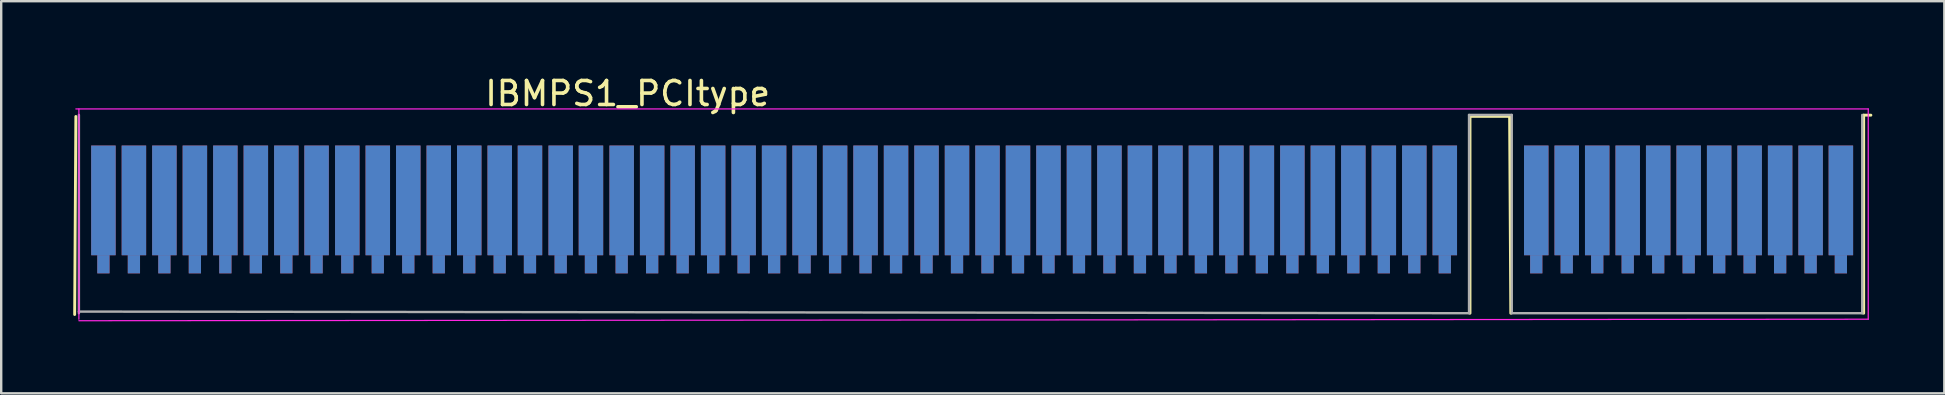
<source format=kicad_pcb>
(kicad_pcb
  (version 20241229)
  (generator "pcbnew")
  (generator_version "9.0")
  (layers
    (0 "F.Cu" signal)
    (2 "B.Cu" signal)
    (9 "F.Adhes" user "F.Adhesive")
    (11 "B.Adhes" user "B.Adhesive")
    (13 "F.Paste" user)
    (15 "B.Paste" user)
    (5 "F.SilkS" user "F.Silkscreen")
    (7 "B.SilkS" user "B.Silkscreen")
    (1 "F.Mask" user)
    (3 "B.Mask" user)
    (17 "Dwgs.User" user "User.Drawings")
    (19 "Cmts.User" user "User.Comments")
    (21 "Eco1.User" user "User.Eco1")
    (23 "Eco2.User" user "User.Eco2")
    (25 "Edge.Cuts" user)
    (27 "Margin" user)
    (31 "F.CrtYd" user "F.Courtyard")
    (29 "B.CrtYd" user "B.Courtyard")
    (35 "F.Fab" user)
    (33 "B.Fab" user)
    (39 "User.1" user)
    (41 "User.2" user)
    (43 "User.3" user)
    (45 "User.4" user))
  (footprint "IBMPS1_PCItype"
    (layer "F.Cu")
    (at 34.908 6.628)
    (property "Reference" "IBMPS1_PCItype" (at -11.81 -5.78 0) (layer "F.SilkS") (effects (font (size 1 1) (thickness 0.15))))
    (attr smd)
    (fp_line (start -34.798 -4.826) (end -34.848 3.424) (stroke (width 0.12) (type solid)) (layer "F.SilkS"))
    (fp_line (start 23.28 -4.83) (end 24.93 -4.83) (stroke (width 0.12) (type solid)) (layer "F.SilkS"))
    (fp_line (start 23.28 3.37) (end 23.28 -4.83) (stroke (width 0.12) (type solid)) (layer "F.SilkS"))
    (fp_line (start 24.93 -4.83) (end 24.98 3.37) (stroke (width 0.12) (type solid)) (layer "F.SilkS"))
    (fp_line (start 39.68 -4.88) (end 39.98 -4.88) (stroke (width 0.12) (type solid)) (layer "F.SilkS"))
    (fp_line (start 39.68 3.37) (end 39.68 -4.88) (stroke (width 0.12) (type solid)) (layer "F.SilkS"))
    (fp_line (start -34.798 -5.14) (end 39.87 -5.14) (stroke (width 0.05) (type solid)) (layer "F.CrtYd"))
    (fp_line (start -34.671 -5.14) (end -34.671 3.62) (stroke (width 0.05) (type solid)) (layer "F.CrtYd"))
    (fp_line (start 39.87 3.62) (end -34.671 3.683) (stroke (width 0.05) (type solid)) (layer "F.CrtYd"))
    (fp_line (start 39.87 3.62) (end 39.87 -5.14) (stroke (width 0.05) (type solid)) (layer "F.CrtYd"))
    (fp_line (start -34.671 -4.89) (end -34.671 3.37) (stroke (width 0.1) (type solid)) (layer "F.Fab"))
    (fp_line (start -34.671 3.302) (end 23.24 3.37) (stroke (width 0.1) (type solid)) (layer "F.Fab"))
    (fp_line (start 23.24 -4.89) (end 25.02 -4.89) (stroke (width 0.1) (type solid)) (layer "F.Fab"))
    (fp_line (start 23.24 3.37) (end 23.24 -4.89) (stroke (width 0.1) (type solid)) (layer "F.Fab"))
    (fp_line (start 25.02 -4.89) (end 25.02 3.37) (stroke (width 0.1) (type solid)) (layer "F.Fab"))
    (fp_line (start 25.02 3.37) (end 39.62 3.37) (stroke (width 0.1) (type solid)) (layer "F.Fab"))
    (fp_line (start 39.62 3.37) (end 39.62 -4.89) (stroke (width 0.1) (type solid)) (layer "F.Fab"))
    (pad "A5" connect rect (at -33.65 -1.33) (size 1.02 4.57) (layers "B.Cu" "B.Mask"))
    (pad "A5" connect rect (at -33.65 1.33) (size 0.51 0.76) (layers "B.Cu" "B.Mask"))
    (pad "A6" connect rect (at -32.38 -1.33) (size 1.02 4.57) (layers "B.Cu" "B.Mask"))
    (pad "A6" connect rect (at -32.38 1.33) (size 0.51 0.76) (layers "B.Cu" "B.Mask"))
    (pad "A7" connect rect (at -31.11 -1.33) (size 1.02 4.57) (layers "B.Cu" "B.Mask"))
    (pad "A7" connect rect (at -31.11 1.33) (size 0.51 0.76) (layers "B.Cu" "B.Mask"))
    (pad "A8" connect rect (at -29.84 -1.33) (size 1.02 4.57) (layers "B.Cu" "B.Mask"))
    (pad "A8" connect rect (at -29.84 1.33) (size 0.51 0.76) (layers "B.Cu" "B.Mask"))
    (pad "A9" connect rect (at -28.57 -1.33) (size 1.02 4.57) (layers "B.Cu" "B.Mask"))
    (pad "A9" connect rect (at -28.57 1.33) (size 0.51 0.76) (layers "B.Cu" "B.Mask"))
    (pad "A10" connect rect (at -27.3 -1.33) (size 1.02 4.57) (layers "B.Cu" "B.Mask"))
    (pad "A10" connect rect (at -27.3 1.33) (size 0.51 0.76) (layers "B.Cu" "B.Mask"))
    (pad "A11" connect rect (at -26.03 -1.33) (size 1.02 4.57) (layers "B.Cu" "B.Mask"))
    (pad "A11" connect rect (at -26.03 1.33) (size 0.51 0.76) (layers "B.Cu" "B.Mask"))
    (pad "A12" connect rect (at -24.77 -1.33) (size 1.02 4.57) (layers "B.Cu" "B.Mask"))
    (pad "A12" connect rect (at -24.77 1.33) (size 0.51 0.76) (layers "B.Cu" "B.Mask"))
    (pad "A13" connect rect (at -23.49 -1.33) (size 1.02 4.57) (layers "B.Cu" "B.Mask"))
    (pad "A13" connect rect (at -23.49 1.33) (size 0.51 0.76) (layers "B.Cu" "B.Mask"))
    (pad "A14" connect rect (at -22.22 -1.33) (size 1.02 4.57) (layers "B.Cu" "B.Mask"))
    (pad "A14" connect rect (at -22.22 1.33) (size 0.51 0.76) (layers "B.Cu" "B.Mask"))
    (pad "A15" connect rect (at -20.95 -1.33) (size 1.02 4.57) (layers "B.Cu" "B.Mask"))
    (pad "A15" connect rect (at -20.95 1.33) (size 0.51 0.76) (layers "B.Cu" "B.Mask"))
    (pad "A16" connect rect (at -19.68 -1.33) (size 1.02 4.57) (layers "B.Cu" "B.Mask"))
    (pad "A16" connect rect (at -19.68 1.33) (size 0.51 0.76) (layers "B.Cu" "B.Mask"))
    (pad "A17" connect rect (at -18.41 -1.33) (size 1.02 4.57) (layers "B.Cu" "B.Mask"))
    (pad "A17" connect rect (at -18.41 1.33) (size 0.51 0.76) (layers "B.Cu" "B.Mask"))
    (pad "A18" connect rect (at -17.14 -1.33) (size 1.02 4.57) (layers "B.Cu" "B.Mask"))
    (pad "A18" connect rect (at -17.14 1.33) (size 0.51 0.76) (layers "B.Cu" "B.Mask"))
    (pad "A19" connect rect (at -15.88 -1.33) (size 1.02 4.57) (layers "B.Cu" "B.Mask"))
    (pad "A19" connect rect (at -15.88 1.33) (size 0.51 0.76) (layers "B.Cu" "B.Mask"))
    (pad "A20" connect rect (at -14.6 -1.33) (size 1.02 4.57) (layers "B.Cu" "B.Mask"))
    (pad "A20" connect rect (at -14.6 1.33) (size 0.51 0.76) (layers "B.Cu" "B.Mask"))
    (pad "A21" connect rect (at -13.34 -1.33) (size 1.02 4.57) (layers "B.Cu" "B.Mask"))
    (pad "A21" connect rect (at -13.34 1.33) (size 0.51 0.76) (layers "B.Cu" "B.Mask"))
    (pad "A22" connect rect (at -12.06 -1.33) (size 1.02 4.57) (layers "B.Cu" "B.Mask"))
    (pad "A22" connect rect (at -12.06 1.33) (size 0.51 0.76) (layers "B.Cu" "B.Mask"))
    (pad "A23" connect rect (at -10.79 -1.33) (size 1.02 4.57) (layers "B.Cu" "B.Mask"))
    (pad "A23" connect rect (at -10.79 1.33) (size 0.51 0.76) (layers "B.Cu" "B.Mask"))
    (pad "A24" connect rect (at -9.52 -1.33) (size 1.02 4.57) (layers "B.Cu" "B.Mask"))
    (pad "A24" connect rect (at -9.52 1.33) (size 0.51 0.76) (layers "B.Cu" "B.Mask"))
    (pad "A25" connect rect (at -8.25 -1.33) (size 1.02 4.57) (layers "B.Cu" "B.Mask"))
    (pad "A25" connect rect (at -8.25 1.33) (size 0.51 0.76) (layers "B.Cu" "B.Mask"))
    (pad "A26" connect rect (at -6.98 -1.33) (size 1.02 4.57) (layers "B.Cu" "B.Mask"))
    (pad "A26" connect rect (at -6.98 1.33) (size 0.51 0.76) (layers "B.Cu" "B.Mask"))
    (pad "A27" connect rect (at -5.71 -1.33) (size 1.02 4.57) (layers "B.Cu" "B.Mask"))
    (pad "A27" connect rect (at -5.71 1.33) (size 0.51 0.76) (layers "B.Cu" "B.Mask"))
    (pad "A28" connect rect (at -4.44 -1.33) (size 1.02 4.57) (layers "B.Cu" "B.Mask"))
    (pad "A28" connect rect (at -4.44 1.33) (size 0.51 0.76) (layers "B.Cu" "B.Mask"))
    (pad "A29" connect rect (at -3.17 -1.33) (size 1.02 4.57) (layers "B.Cu" "B.Mask"))
    (pad "A29" connect rect (at -3.17 1.33) (size 0.51 0.76) (layers "B.Cu" "B.Mask"))
    (pad "A30" connect rect (at -1.9 -1.33) (size 1.02 4.57) (layers "B.Cu" "B.Mask"))
    (pad "A30" connect rect (at -1.9 1.33) (size 0.51 0.76) (layers "B.Cu" "B.Mask"))
    (pad "A31" connect rect (at -0.63 -1.33) (size 1.02 4.57) (layers "B.Cu" "B.Mask"))
    (pad "A31" connect rect (at -0.63 1.33) (size 0.51 0.76) (layers "B.Cu" "B.Mask"))
    (pad "A32" connect rect (at 0.64 -1.33) (size 1.02 4.57) (layers "B.Cu" "B.Mask"))
    (pad "A32" connect rect (at 0.64 1.33) (size 0.51 0.76) (layers "B.Cu" "B.Mask"))
    (pad "A33" connect rect (at 1.91 -1.33) (size 1.02 4.57) (layers "B.Cu" "B.Mask"))
    (pad "A33" connect rect (at 1.91 1.33) (size 0.51 0.76) (layers "B.Cu" "B.Mask"))
    (pad "A34" connect rect (at 3.18 -1.33) (size 1.02 4.57) (layers "B.Cu" "B.Mask"))
    (pad "A34" connect rect (at 3.18 1.33) (size 0.51 0.76) (layers "B.Cu" "B.Mask"))
    (pad "A35" connect rect (at 4.45 -1.33) (size 1.02 4.57) (layers "B.Cu" "B.Mask"))
    (pad "A35" connect rect (at 4.45 1.33) (size 0.51 0.76) (layers "B.Cu" "B.Mask"))
    (pad "A36" connect rect (at 5.72 -1.33) (size 1.02 4.57) (layers "B.Cu" "B.Mask"))
    (pad "A36" connect rect (at 5.72 1.33) (size 0.51 0.76) (layers "B.Cu" "B.Mask"))
    (pad "A37" connect rect (at 6.99 -1.33) (size 1.02 4.57) (layers "B.Cu" "B.Mask"))
    (pad "A37" connect rect (at 6.99 1.33) (size 0.51 0.76) (layers "B.Cu" "B.Mask"))
    (pad "A38" connect rect (at 8.26 -1.33) (size 1.02 4.57) (layers "B.Cu" "B.Mask"))
    (pad "A38" connect rect (at 8.26 1.33) (size 0.51 0.76) (layers "B.Cu" "B.Mask"))
    (pad "A39" connect rect (at 9.53 -1.33) (size 1.02 4.57) (layers "B.Cu" "B.Mask"))
    (pad "A39" connect rect (at 9.53 1.33) (size 0.51 0.76) (layers "B.Cu" "B.Mask"))
    (pad "A40" connect rect (at 10.8 -1.33) (size 1.02 4.57) (layers "B.Cu" "B.Mask"))
    (pad "A40" connect rect (at 10.8 1.33) (size 0.51 0.76) (layers "B.Cu" "B.Mask"))
    (pad "A41" connect rect (at 12.07 -1.33) (size 1.02 4.57) (layers "B.Cu" "B.Mask"))
    (pad "A41" connect rect (at 12.07 1.33) (size 0.51 0.76) (layers "B.Cu" "B.Mask"))
    (pad "A42" connect rect (at 13.34 -1.33) (size 1.02 4.57) (layers "B.Cu" "B.Mask"))
    (pad "A42" connect rect (at 13.34 1.33) (size 0.51 0.76) (layers "B.Cu" "B.Mask"))
    (pad "A43" connect rect (at 14.61 -1.33) (size 1.02 4.57) (layers "B.Cu" "B.Mask"))
    (pad "A43" connect rect (at 14.61 1.33) (size 0.51 0.76) (layers "B.Cu" "B.Mask"))
    (pad "A44" connect rect (at 15.88 -1.33) (size 1.02 4.57) (layers "B.Cu" "B.Mask"))
    (pad "A44" connect rect (at 15.88 1.33) (size 0.51 0.76) (layers "B.Cu" "B.Mask"))
    (pad "A45" connect rect (at 17.15 -1.33) (size 1.02 4.57) (layers "B.Cu" "B.Mask"))
    (pad "A45" connect rect (at 17.15 1.33) (size 0.51 0.76) (layers "B.Cu" "B.Mask"))
    (pad "A46" connect rect (at 18.42 -1.33) (size 1.02 4.57) (layers "B.Cu" "B.Mask"))
    (pad "A46" connect rect (at 18.42 1.33) (size 0.51 0.76) (layers "B.Cu" "B.Mask"))
    (pad "A47" connect rect (at 19.69 -1.33) (size 1.02 4.57) (layers "B.Cu" "B.Mask"))
    (pad "A47" connect rect (at 19.69 1.33) (size 0.51 0.76) (layers "B.Cu" "B.Mask"))
    (pad "A48" connect rect (at 20.96 -1.33) (size 1.02 4.57) (layers "B.Cu" "B.Mask"))
    (pad "A48" connect rect (at 20.96 1.33) (size 0.51 0.76) (layers "B.Cu" "B.Mask"))
    (pad "A49" connect rect (at 22.23 -1.33) (size 1.02 4.57) (layers "B.Cu" "B.Mask"))
    (pad "A49" connect rect (at 22.23 1.33) (size 0.51 0.76) (layers "B.Cu" "B.Mask"))
    (pad "A52" connect rect (at 26.04 -1.33) (size 1.02 4.57) (layers "B.Cu" "B.Mask"))
    (pad "A52" connect rect (at 26.04 1.33) (size 0.51 0.76) (layers "B.Cu" "B.Mask"))
    (pad "A53" connect rect (at 27.31 -1.33) (size 1.02 4.57) (layers "B.Cu" "B.Mask"))
    (pad "A53" connect rect (at 27.31 1.33) (size 0.51 0.76) (layers "B.Cu" "B.Mask"))
    (pad "A54" connect rect (at 28.58 -1.33) (size 1.02 4.57) (layers "B.Cu" "B.Mask"))
    (pad "A54" connect rect (at 28.58 1.33) (size 0.51 0.76) (layers "B.Cu" "B.Mask"))
    (pad "A55" connect rect (at 29.85 -1.33) (size 1.02 4.57) (layers "B.Cu" "B.Mask"))
    (pad "A55" connect rect (at 29.85 1.33) (size 0.51 0.76) (layers "B.Cu" "B.Mask"))
    (pad "A56" connect rect (at 31.12 -1.33) (size 1.02 4.57) (layers "B.Cu" "B.Mask"))
    (pad "A56" connect rect (at 31.12 1.33) (size 0.51 0.76) (layers "B.Cu" "B.Mask"))
    (pad "A57" connect rect (at 32.39 -1.33) (size 1.02 4.57) (layers "B.Cu" "B.Mask"))
    (pad "A57" connect rect (at 32.39 1.33) (size 0.51 0.76) (layers "B.Cu" "B.Mask"))
    (pad "A58" connect rect (at 33.66 -1.33) (size 1.02 4.57) (layers "B.Cu" "B.Mask"))
    (pad "A58" connect rect (at 33.66 1.33) (size 0.51 0.76) (layers "B.Cu" "B.Mask"))
    (pad "A59" connect rect (at 34.93 -1.33) (size 1.02 4.57) (layers "B.Cu" "B.Mask"))
    (pad "A59" connect rect (at 34.93 1.33) (size 0.51 0.76) (layers "B.Cu" "B.Mask"))
    (pad "A60" connect rect (at 36.2 -1.33) (size 1.02 4.57) (layers "B.Cu" "B.Mask"))
    (pad "A60" connect rect (at 36.2 1.33) (size 0.51 0.76) (layers "B.Cu" "B.Mask"))
    (pad "A61" connect rect (at 37.47 -1.33) (size 1.02 4.57) (layers "B.Cu" "B.Mask"))
    (pad "A61" connect rect (at 37.47 1.33) (size 0.51 0.76) (layers "B.Cu" "B.Mask"))
    (pad "A62" connect rect (at 38.73 -1.33) (size 1.02 4.57) (layers "B.Cu" "B.Mask"))
    (pad "A62" connect rect (at 38.73 1.33) (size 0.51 0.76) (layers "B.Cu" "B.Mask"))
    (pad "B5" connect rect (at -33.65 -1.33) (size 1.02 4.57) (layers "F.Cu" "F.Mask"))
    (pad "B5" connect rect (at -33.65 1.33) (size 0.51 0.76) (layers "F.Cu" "F.Mask"))
    (pad "B6" connect rect (at -32.38 -1.33) (size 1.02 4.57) (layers "F.Cu" "F.Mask"))
    (pad "B6" connect rect (at -32.38 1.33) (size 0.51 0.76) (layers "F.Cu" "F.Mask"))
    (pad "B7" connect rect (at -31.11 -1.33) (size 1.02 4.57) (layers "F.Cu" "F.Mask"))
    (pad "B7" connect rect (at -31.11 1.33) (size 0.51 0.76) (layers "F.Cu" "F.Mask"))
    (pad "B8" connect rect (at -29.84 -1.33) (size 1.02 4.57) (layers "F.Cu" "F.Mask"))
    (pad "B8" connect rect (at -29.84 1.33) (size 0.51 0.76) (layers "F.Cu" "F.Mask"))
    (pad "B9" connect rect (at -28.57 -1.33) (size 1.02 4.57) (layers "F.Cu" "F.Mask"))
    (pad "B9" connect rect (at -28.57 1.33) (size 0.51 0.76) (layers "F.Cu" "F.Mask"))
    (pad "B10" connect rect (at -27.3 -1.33) (size 1.02 4.57) (layers "F.Cu" "F.Mask"))
    (pad "B10" connect rect (at -27.3 1.33) (size 0.51 0.76) (layers "F.Cu" "F.Mask"))
    (pad "B11" connect rect (at -26.03 -1.33) (size 1.02 4.57) (layers "F.Cu" "F.Mask"))
    (pad "B11" connect rect (at -26.03 1.33) (size 0.51 0.76) (layers "F.Cu" "F.Mask"))
    (pad "B12" connect rect (at -24.77 -1.33) (size 1.02 4.57) (layers "F.Cu" "F.Mask"))
    (pad "B12" connect rect (at -24.77 1.33) (size 0.51 0.76) (layers "F.Cu" "F.Mask"))
    (pad "B13" connect rect (at -23.49 -1.33) (size 1.02 4.57) (layers "F.Cu" "F.Mask"))
    (pad "B13" connect rect (at -23.49 1.33) (size 0.51 0.76) (layers "F.Cu" "F.Mask"))
    (pad "B14" connect rect (at -22.22 -1.33) (size 1.02 4.57) (layers "F.Cu" "F.Mask"))
    (pad "B14" connect rect (at -22.22 1.33) (size 0.51 0.76) (layers "F.Cu" "F.Mask"))
    (pad "B15" connect rect (at -20.95 -1.33) (size 1.02 4.57) (layers "F.Cu" "F.Mask"))
    (pad "B15" connect rect (at -20.95 1.33) (size 0.51 0.76) (layers "F.Cu" "F.Mask"))
    (pad "B16" connect rect (at -19.68 -1.33) (size 1.02 4.57) (layers "F.Cu" "F.Mask"))
    (pad "B16" connect rect (at -19.68 1.33) (size 0.51 0.76) (layers "F.Cu" "F.Mask"))
    (pad "B17" connect rect (at -18.41 -1.33) (size 1.02 4.57) (layers "F.Cu" "F.Mask"))
    (pad "B17" connect rect (at -18.41 1.33) (size 0.51 0.76) (layers "F.Cu" "F.Mask"))
    (pad "B18" connect rect (at -17.14 -1.33) (size 1.02 4.57) (layers "F.Cu" "F.Mask"))
    (pad "B18" connect rect (at -17.14 1.33) (size 0.51 0.76) (layers "F.Cu" "F.Mask"))
    (pad "B19" connect rect (at -15.88 -1.33) (size 1.02 4.57) (layers "F.Cu" "F.Mask"))
    (pad "B19" connect rect (at -15.88 1.33) (size 0.51 0.76) (layers "F.Cu" "F.Mask"))
    (pad "B20" connect rect (at -14.6 -1.33) (size 1.02 4.57) (layers "F.Cu" "F.Mask"))
    (pad "B20" connect rect (at -14.6 1.33) (size 0.51 0.76) (layers "F.Cu" "F.Mask"))
    (pad "B21" connect rect (at -13.34 -1.33) (size 1.02 4.57) (layers "F.Cu" "F.Mask"))
    (pad "B21" connect rect (at -13.34 1.33) (size 0.51 0.76) (layers "F.Cu" "F.Mask"))
    (pad "B22" connect rect (at -12.06 -1.33) (size 1.02 4.57) (layers "F.Cu" "F.Mask"))
    (pad "B22" connect rect (at -12.06 1.33) (size 0.51 0.76) (layers "F.Cu" "F.Mask"))
    (pad "B23" connect rect (at -10.79 -1.33) (size 1.02 4.57) (layers "F.Cu" "F.Mask"))
    (pad "B23" connect rect (at -10.79 1.33) (size 0.51 0.76) (layers "F.Cu" "F.Mask"))
    (pad "B24" connect rect (at -9.52 -1.33) (size 1.02 4.57) (layers "F.Cu" "F.Mask"))
    (pad "B24" connect rect (at -9.52 1.33) (size 0.51 0.76) (layers "F.Cu" "F.Mask"))
    (pad "B25" connect rect (at -8.25 -1.33) (size 1.02 4.57) (layers "F.Cu" "F.Mask"))
    (pad "B25" connect rect (at -8.25 1.33) (size 0.51 0.76) (layers "F.Cu" "F.Mask"))
    (pad "B26" connect rect (at -6.98 -1.33) (size 1.02 4.57) (layers "F.Cu" "F.Mask"))
    (pad "B26" connect rect (at -6.98 1.33) (size 0.51 0.76) (layers "F.Cu" "F.Mask"))
    (pad "B27" connect rect (at -5.71 -1.33) (size 1.02 4.57) (layers "F.Cu" "F.Mask"))
    (pad "B27" connect rect (at -5.71 1.33) (size 0.51 0.76) (layers "F.Cu" "F.Mask"))
    (pad "B28" connect rect (at -4.44 -1.33) (size 1.02 4.57) (layers "F.Cu" "F.Mask"))
    (pad "B28" connect rect (at -4.44 1.33) (size 0.51 0.76) (layers "F.Cu" "F.Mask"))
    (pad "B29" connect rect (at -3.17 -1.33) (size 1.02 4.57) (layers "F.Cu" "F.Mask"))
    (pad "B29" connect rect (at -3.17 1.33) (size 0.51 0.76) (layers "F.Cu" "F.Mask"))
    (pad "B30" connect rect (at -1.9 -1.33) (size 1.02 4.57) (layers "F.Cu" "F.Mask"))
    (pad "B30" connect rect (at -1.9 1.33) (size 0.51 0.76) (layers "F.Cu" "F.Mask"))
    (pad "B31" connect rect (at -0.63 -1.33) (size 1.02 4.57) (layers "F.Cu" "F.Mask"))
    (pad "B31" connect rect (at -0.63 1.33) (size 0.51 0.76) (layers "F.Cu" "F.Mask"))
    (pad "B32" connect rect (at 0.64 -1.33) (size 1.02 4.57) (layers "F.Cu" "F.Mask"))
    (pad "B32" connect rect (at 0.64 1.33) (size 0.51 0.76) (layers "F.Cu" "F.Mask"))
    (pad "B33" connect rect (at 1.91 -1.33) (size 1.02 4.57) (layers "F.Cu" "F.Mask"))
    (pad "B33" connect rect (at 1.91 1.33) (size 0.51 0.76) (layers "F.Cu" "F.Mask"))
    (pad "B34" connect rect (at 3.18 -1.33) (size 1.02 4.57) (layers "F.Cu" "F.Mask"))
    (pad "B34" connect rect (at 3.18 1.33) (size 0.51 0.76) (layers "F.Cu" "F.Mask"))
    (pad "B35" connect rect (at 4.45 -1.33) (size 1.02 4.57) (layers "F.Cu" "F.Mask"))
    (pad "B35" connect rect (at 4.45 1.33) (size 0.51 0.76) (layers "F.Cu" "F.Mask"))
    (pad "B36" connect rect (at 5.72 -1.33) (size 1.02 4.57) (layers "F.Cu" "F.Mask"))
    (pad "B36" connect rect (at 5.72 1.33) (size 0.51 0.76) (layers "F.Cu" "F.Mask"))
    (pad "B37" connect rect (at 6.99 -1.33) (size 1.02 4.57) (layers "F.Cu" "F.Mask"))
    (pad "B37" connect rect (at 6.99 1.33) (size 0.51 0.76) (layers "F.Cu" "F.Mask"))
    (pad "B38" connect rect (at 8.26 -1.33) (size 1.02 4.57) (layers "F.Cu" "F.Mask"))
    (pad "B38" connect rect (at 8.26 1.33) (size 0.51 0.76) (layers "F.Cu" "F.Mask"))
    (pad "B39" connect rect (at 9.53 -1.33) (size 1.02 4.57) (layers "F.Cu" "F.Mask"))
    (pad "B39" connect rect (at 9.53 1.33) (size 0.51 0.76) (layers "F.Cu" "F.Mask"))
    (pad "B40" connect rect (at 10.8 -1.33) (size 1.02 4.57) (layers "F.Cu" "F.Mask"))
    (pad "B40" connect rect (at 10.8 1.33) (size 0.51 0.76) (layers "F.Cu" "F.Mask"))
    (pad "B41" connect rect (at 12.07 -1.33) (size 1.02 4.57) (layers "F.Cu" "F.Mask"))
    (pad "B41" connect rect (at 12.07 1.33) (size 0.51 0.76) (layers "F.Cu" "F.Mask"))
    (pad "B42" connect rect (at 13.34 -1.33) (size 1.02 4.57) (layers "F.Cu" "F.Mask"))
    (pad "B42" connect rect (at 13.34 1.33) (size 0.51 0.76) (layers "F.Cu" "F.Mask"))
    (pad "B43" connect rect (at 14.61 -1.33) (size 1.02 4.57) (layers "F.Cu" "F.Mask"))
    (pad "B43" connect rect (at 14.61 1.33) (size 0.51 0.76) (layers "F.Cu" "F.Mask"))
    (pad "B44" connect rect (at 15.88 -1.33) (size 1.02 4.57) (layers "F.Cu" "F.Mask"))
    (pad "B44" connect rect (at 15.88 1.33) (size 0.51 0.76) (layers "F.Cu" "F.Mask"))
    (pad "B45" connect rect (at 17.15 -1.33) (size 1.02 4.57) (layers "F.Cu" "F.Mask"))
    (pad "B45" connect rect (at 17.15 1.33) (size 0.51 0.76) (layers "F.Cu" "F.Mask"))
    (pad "B46" connect rect (at 18.42 -1.33) (size 1.02 4.57) (layers "F.Cu" "F.Mask"))
    (pad "B46" connect rect (at 18.42 1.33) (size 0.51 0.76) (layers "F.Cu" "F.Mask"))
    (pad "B47" connect rect (at 19.69 -1.33) (size 1.02 4.57) (layers "F.Cu" "F.Mask"))
    (pad "B47" connect rect (at 19.69 1.33) (size 0.51 0.76) (layers "F.Cu" "F.Mask"))
    (pad "B48" connect rect (at 20.96 -1.33) (size 1.02 4.57) (layers "F.Cu" "F.Mask"))
    (pad "B48" connect rect (at 20.96 1.33) (size 0.51 0.76) (layers "F.Cu" "F.Mask"))
    (pad "B49" connect rect (at 22.23 -1.33) (size 1.02 4.57) (layers "F.Cu" "F.Mask"))
    (pad "B49" connect rect (at 22.23 1.33) (size 0.51 0.76) (layers "F.Cu" "F.Mask"))
    (pad "B52" connect rect (at 26.04 -1.33) (size 1.02 4.57) (layers "F.Cu" "F.Mask"))
    (pad "B52" connect rect (at 26.04 1.33) (size 0.51 0.76) (layers "F.Cu" "F.Mask"))
    (pad "B53" connect rect (at 27.31 -1.33) (size 1.02 4.57) (layers "F.Cu" "F.Mask"))
    (pad "B53" connect rect (at 27.31 1.33) (size 0.51 0.76) (layers "F.Cu" "F.Mask"))
    (pad "B54" connect rect (at 28.58 -1.33) (size 1.02 4.57) (layers "F.Cu" "F.Mask"))
    (pad "B54" connect rect (at 28.58 1.33) (size 0.51 0.76) (layers "F.Cu" "F.Mask"))
    (pad "B55" connect rect (at 29.85 -1.33) (size 1.02 4.57) (layers "F.Cu" "F.Mask"))
    (pad "B55" connect rect (at 29.85 1.33) (size 0.51 0.76) (layers "F.Cu" "F.Mask"))
    (pad "B56" connect rect (at 31.12 -1.33) (size 1.02 4.57) (layers "F.Cu" "F.Mask"))
    (pad "B56" connect rect (at 31.12 1.33) (size 0.51 0.76) (layers "F.Cu" "F.Mask"))
    (pad "B57" connect rect (at 32.39 -1.33) (size 1.02 4.57) (layers "F.Cu" "F.Mask"))
    (pad "B57" connect rect (at 32.39 1.33) (size 0.51 0.76) (layers "F.Cu" "F.Mask"))
    (pad "B58" connect rect (at 33.66 -1.33) (size 1.02 4.57) (layers "F.Cu" "F.Mask"))
    (pad "B58" connect rect (at 33.66 1.33) (size 0.51 0.76) (layers "F.Cu" "F.Mask"))
    (pad "B59" connect rect (at 34.93 -1.33) (size 1.02 4.57) (layers "F.Cu" "F.Mask"))
    (pad "B59" connect rect (at 34.93 1.33) (size 0.51 0.76) (layers "F.Cu" "F.Mask"))
    (pad "B60" connect rect (at 36.2 -1.33) (size 1.02 4.57) (layers "F.Cu" "F.Mask"))
    (pad "B60" connect rect (at 36.2 1.33) (size 0.51 0.76) (layers "F.Cu" "F.Mask"))
    (pad "B61" connect rect (at 37.47 -1.33) (size 1.02 4.57) (layers "F.Cu" "F.Mask"))
    (pad "B61" connect rect (at 37.47 1.33) (size 0.51 0.76) (layers "F.Cu" "F.Mask"))
    (pad "B62" connect rect (at 38.73 -1.33) (size 1.02 4.57) (layers "F.Cu" "F.Mask"))
    (pad "B62" connect rect (at 38.73 1.33) (size 0.51 0.76) (layers "F.Cu" "F.Mask")))
  (gr_rect
    (start -3 -3)
    (end 77.948 13.336)
    (stroke (width 0.1) (type default))
    (fill no)
    (layer "Edge.Cuts")))
</source>
